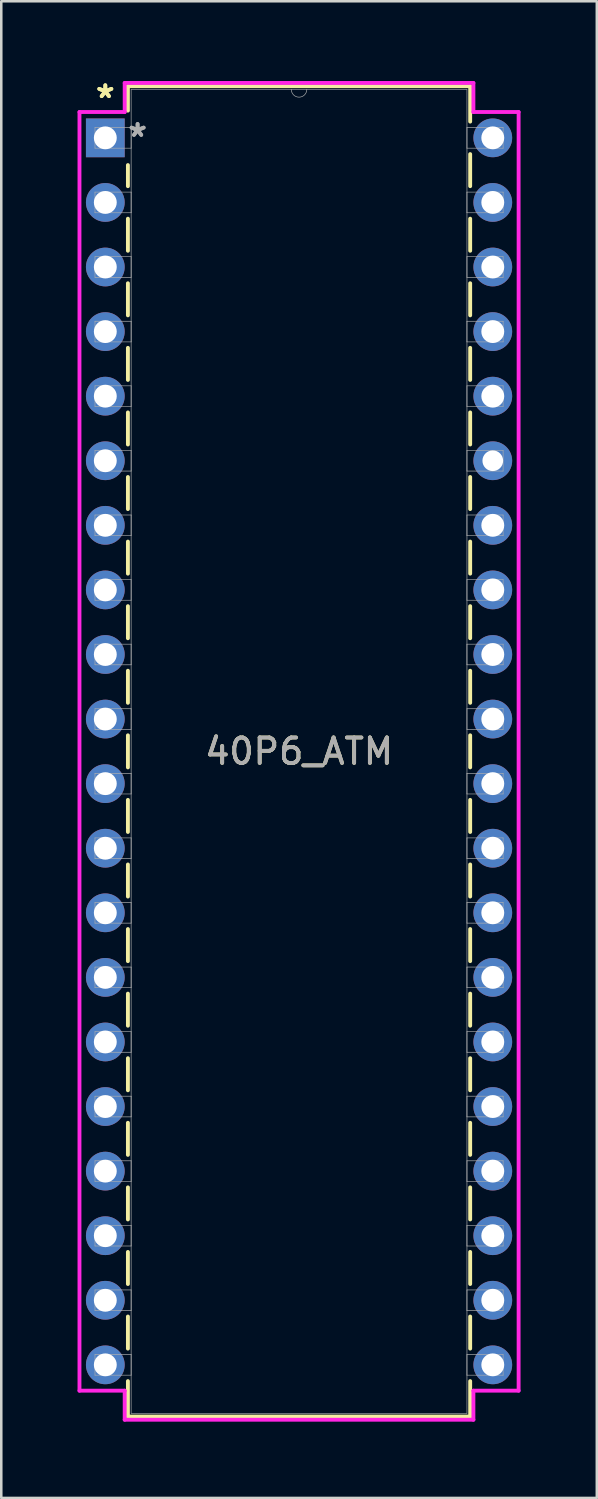
<source format=kicad_pcb>
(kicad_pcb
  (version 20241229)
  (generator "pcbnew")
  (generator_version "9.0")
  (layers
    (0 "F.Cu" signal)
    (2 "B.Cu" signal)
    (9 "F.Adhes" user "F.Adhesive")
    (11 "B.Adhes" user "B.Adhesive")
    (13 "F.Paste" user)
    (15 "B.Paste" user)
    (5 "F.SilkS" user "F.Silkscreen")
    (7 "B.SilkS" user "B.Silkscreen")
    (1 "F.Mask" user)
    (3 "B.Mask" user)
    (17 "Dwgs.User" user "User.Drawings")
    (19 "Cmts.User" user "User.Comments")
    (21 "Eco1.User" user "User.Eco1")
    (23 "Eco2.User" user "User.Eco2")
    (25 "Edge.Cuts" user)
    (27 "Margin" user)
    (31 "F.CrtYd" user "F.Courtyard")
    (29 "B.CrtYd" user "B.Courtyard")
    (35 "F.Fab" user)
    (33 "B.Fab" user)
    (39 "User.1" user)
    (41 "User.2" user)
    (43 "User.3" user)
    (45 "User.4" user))
  (footprint "40P6_ATM"
    (layer "F.Cu")
    (at 1.092 2.372)
    (property "Reference" "40P6_ATM" (at 7.62 24.13 0) (unlocked yes) (layer "F.SilkS") (effects (font (size 1 1) (thickness 0.15))))
    (attr through_hole)
    (fp_line (start 0.889 -2.032) (end 0.889 -1.07) (stroke (width 0.152) (type solid)) (layer "F.SilkS"))
    (fp_line (start 0.889 1.07) (end 0.889 1.901) (stroke (width 0.152) (type solid)) (layer "F.SilkS"))
    (fp_line (start 0.889 3.179) (end 0.889 4.441) (stroke (width 0.152) (type solid)) (layer "F.SilkS"))
    (fp_line (start 0.889 5.719) (end 0.889 6.981) (stroke (width 0.152) (type solid)) (layer "F.SilkS"))
    (fp_line (start 0.889 8.259) (end 0.889 9.521) (stroke (width 0.152) (type solid)) (layer "F.SilkS"))
    (fp_line (start 0.889 10.799) (end 0.889 12.061) (stroke (width 0.152) (type solid)) (layer "F.SilkS"))
    (fp_line (start 0.889 13.339) (end 0.889 14.601) (stroke (width 0.152) (type solid)) (layer "F.SilkS"))
    (fp_line (start 0.889 15.879) (end 0.889 17.141) (stroke (width 0.152) (type solid)) (layer "F.SilkS"))
    (fp_line (start 0.889 18.419) (end 0.889 19.681) (stroke (width 0.152) (type solid)) (layer "F.SilkS"))
    (fp_line (start 0.889 20.959) (end 0.889 22.221) (stroke (width 0.152) (type solid)) (layer "F.SilkS"))
    (fp_line (start 0.889 23.499) (end 0.889 24.761) (stroke (width 0.152) (type solid)) (layer "F.SilkS"))
    (fp_line (start 0.889 26.039) (end 0.889 27.301) (stroke (width 0.152) (type solid)) (layer "F.SilkS"))
    (fp_line (start 0.889 28.579) (end 0.889 29.841) (stroke (width 0.152) (type solid)) (layer "F.SilkS"))
    (fp_line (start 0.889 31.119) (end 0.889 32.381) (stroke (width 0.152) (type solid)) (layer "F.SilkS"))
    (fp_line (start 0.889 33.659) (end 0.889 34.921) (stroke (width 0.152) (type solid)) (layer "F.SilkS"))
    (fp_line (start 0.889 36.199) (end 0.889 37.461) (stroke (width 0.152) (type solid)) (layer "F.SilkS"))
    (fp_line (start 0.889 38.739) (end 0.889 40.001) (stroke (width 0.152) (type solid)) (layer "F.SilkS"))
    (fp_line (start 0.889 41.279) (end 0.889 42.541) (stroke (width 0.152) (type solid)) (layer "F.SilkS"))
    (fp_line (start 0.889 43.819) (end 0.889 45.081) (stroke (width 0.152) (type solid)) (layer "F.SilkS"))
    (fp_line (start 0.889 46.359) (end 0.889 47.621) (stroke (width 0.152) (type solid)) (layer "F.SilkS"))
    (fp_line (start 0.889 48.899) (end 0.889 50.292) (stroke (width 0.152) (type solid)) (layer "F.SilkS"))
    (fp_line (start 0.889 50.292) (end 14.351 50.292) (stroke (width 0.152) (type solid)) (layer "F.SilkS"))
    (fp_line (start 14.351 -2.032) (end 0.889 -2.032) (stroke (width 0.152) (type solid)) (layer "F.SilkS"))
    (fp_line (start 14.351 -0.639) (end 14.351 -2.032) (stroke (width 0.152) (type solid)) (layer "F.SilkS"))
    (fp_line (start 14.351 1.901) (end 14.351 0.639) (stroke (width 0.152) (type solid)) (layer "F.SilkS"))
    (fp_line (start 14.351 4.441) (end 14.351 3.179) (stroke (width 0.152) (type solid)) (layer "F.SilkS"))
    (fp_line (start 14.351 6.981) (end 14.351 5.719) (stroke (width 0.152) (type solid)) (layer "F.SilkS"))
    (fp_line (start 14.351 9.521) (end 14.351 8.259) (stroke (width 0.152) (type solid)) (layer "F.SilkS"))
    (fp_line (start 14.351 12.061) (end 14.351 10.799) (stroke (width 0.152) (type solid)) (layer "F.SilkS"))
    (fp_line (start 14.351 14.601) (end 14.351 13.339) (stroke (width 0.152) (type solid)) (layer "F.SilkS"))
    (fp_line (start 14.351 17.141) (end 14.351 15.879) (stroke (width 0.152) (type solid)) (layer "F.SilkS"))
    (fp_line (start 14.351 19.681) (end 14.351 18.419) (stroke (width 0.152) (type solid)) (layer "F.SilkS"))
    (fp_line (start 14.351 22.221) (end 14.351 20.959) (stroke (width 0.152) (type solid)) (layer "F.SilkS"))
    (fp_line (start 14.351 24.761) (end 14.351 23.499) (stroke (width 0.152) (type solid)) (layer "F.SilkS"))
    (fp_line (start 14.351 27.301) (end 14.351 26.039) (stroke (width 0.152) (type solid)) (layer "F.SilkS"))
    (fp_line (start 14.351 29.841) (end 14.351 28.579) (stroke (width 0.152) (type solid)) (layer "F.SilkS"))
    (fp_line (start 14.351 32.381) (end 14.351 31.119) (stroke (width 0.152) (type solid)) (layer "F.SilkS"))
    (fp_line (start 14.351 34.921) (end 14.351 33.659) (stroke (width 0.152) (type solid)) (layer "F.SilkS"))
    (fp_line (start 14.351 37.461) (end 14.351 36.199) (stroke (width 0.152) (type solid)) (layer "F.SilkS"))
    (fp_line (start 14.351 40.001) (end 14.351 38.739) (stroke (width 0.152) (type solid)) (layer "F.SilkS"))
    (fp_line (start 14.351 42.541) (end 14.351 41.279) (stroke (width 0.152) (type solid)) (layer "F.SilkS"))
    (fp_line (start 14.351 45.081) (end 14.351 43.819) (stroke (width 0.152) (type solid)) (layer "F.SilkS"))
    (fp_line (start 14.351 47.621) (end 14.351 46.359) (stroke (width 0.152) (type solid)) (layer "F.SilkS"))
    (fp_line (start 14.351 50.292) (end 14.351 48.899) (stroke (width 0.152) (type solid)) (layer "F.SilkS"))
    (fp_line (start -1.016 -1.016) (end 0.762 -1.016) (stroke (width 0.152) (type solid)) (layer "F.CrtYd"))
    (fp_line (start -1.016 49.276) (end -1.016 -1.016) (stroke (width 0.152) (type solid)) (layer "F.CrtYd"))
    (fp_line (start 0.762 -2.159) (end 14.478 -2.159) (stroke (width 0.152) (type solid)) (layer "F.CrtYd"))
    (fp_line (start 0.762 -1.016) (end 0.762 -2.159) (stroke (width 0.152) (type solid)) (layer "F.CrtYd"))
    (fp_line (start 0.762 49.276) (end -1.016 49.276) (stroke (width 0.152) (type solid)) (layer "F.CrtYd"))
    (fp_line (start 0.762 50.419) (end 0.762 49.276) (stroke (width 0.152) (type solid)) (layer "F.CrtYd"))
    (fp_line (start 14.478 -2.159) (end 14.478 -1.016) (stroke (width 0.152) (type solid)) (layer "F.CrtYd"))
    (fp_line (start 14.478 49.276) (end 14.478 50.419) (stroke (width 0.152) (type solid)) (layer "F.CrtYd"))
    (fp_line (start 14.478 50.419) (end 0.762 50.419) (stroke (width 0.152) (type solid)) (layer "F.CrtYd"))
    (fp_line (start 16.256 -1.016) (end 14.478 -1.016) (stroke (width 0.152) (type solid)) (layer "F.CrtYd"))
    (fp_line (start 16.256 -1.016) (end 16.256 49.276) (stroke (width 0.152) (type solid)) (layer "F.CrtYd"))
    (fp_line (start 16.256 49.276) (end 14.478 49.276) (stroke (width 0.152) (type solid)) (layer "F.CrtYd"))
    (fp_line (start -0.406 -0.406) (end -0.406 0.406) (stroke (width 0.025) (type solid)) (layer "F.Fab"))
    (fp_line (start -0.406 0.406) (end 1.016 0.406) (stroke (width 0.025) (type solid)) (layer "F.Fab"))
    (fp_line (start -0.406 2.134) (end -0.406 2.946) (stroke (width 0.025) (type solid)) (layer "F.Fab"))
    (fp_line (start -0.406 2.946) (end 1.016 2.946) (stroke (width 0.025) (type solid)) (layer "F.Fab"))
    (fp_line (start -0.406 4.674) (end -0.406 5.486) (stroke (width 0.025) (type solid)) (layer "F.Fab"))
    (fp_line (start -0.406 5.486) (end 1.016 5.486) (stroke (width 0.025) (type solid)) (layer "F.Fab"))
    (fp_line (start -0.406 7.214) (end -0.406 8.026) (stroke (width 0.025) (type solid)) (layer "F.Fab"))
    (fp_line (start -0.406 8.026) (end 1.016 8.026) (stroke (width 0.025) (type solid)) (layer "F.Fab"))
    (fp_line (start -0.406 9.754) (end -0.406 10.566) (stroke (width 0.025) (type solid)) (layer "F.Fab"))
    (fp_line (start -0.406 10.566) (end 1.016 10.566) (stroke (width 0.025) (type solid)) (layer "F.Fab"))
    (fp_line (start -0.406 12.294) (end -0.406 13.106) (stroke (width 0.025) (type solid)) (layer "F.Fab"))
    (fp_line (start -0.406 13.106) (end 1.016 13.106) (stroke (width 0.025) (type solid)) (layer "F.Fab"))
    (fp_line (start -0.406 14.834) (end -0.406 15.646) (stroke (width 0.025) (type solid)) (layer "F.Fab"))
    (fp_line (start -0.406 15.646) (end 1.016 15.646) (stroke (width 0.025) (type solid)) (layer "F.Fab"))
    (fp_line (start -0.406 17.374) (end -0.406 18.186) (stroke (width 0.025) (type solid)) (layer "F.Fab"))
    (fp_line (start -0.406 18.186) (end 1.016 18.186) (stroke (width 0.025) (type solid)) (layer "F.Fab"))
    (fp_line (start -0.406 19.914) (end -0.406 20.726) (stroke (width 0.025) (type solid)) (layer "F.Fab"))
    (fp_line (start -0.406 20.726) (end 1.016 20.726) (stroke (width 0.025) (type solid)) (layer "F.Fab"))
    (fp_line (start -0.406 22.454) (end -0.406 23.266) (stroke (width 0.025) (type solid)) (layer "F.Fab"))
    (fp_line (start -0.406 23.266) (end 1.016 23.266) (stroke (width 0.025) (type solid)) (layer "F.Fab"))
    (fp_line (start -0.406 24.994) (end -0.406 25.806) (stroke (width 0.025) (type solid)) (layer "F.Fab"))
    (fp_line (start -0.406 25.806) (end 1.016 25.806) (stroke (width 0.025) (type solid)) (layer "F.Fab"))
    (fp_line (start -0.406 27.534) (end -0.406 28.346) (stroke (width 0.025) (type solid)) (layer "F.Fab"))
    (fp_line (start -0.406 28.346) (end 1.016 28.346) (stroke (width 0.025) (type solid)) (layer "F.Fab"))
    (fp_line (start -0.406 30.074) (end -0.406 30.886) (stroke (width 0.025) (type solid)) (layer "F.Fab"))
    (fp_line (start -0.406 30.886) (end 1.016 30.886) (stroke (width 0.025) (type solid)) (layer "F.Fab"))
    (fp_line (start -0.406 32.614) (end -0.406 33.426) (stroke (width 0.025) (type solid)) (layer "F.Fab"))
    (fp_line (start -0.406 33.426) (end 1.016 33.426) (stroke (width 0.025) (type solid)) (layer "F.Fab"))
    (fp_line (start -0.406 35.154) (end -0.406 35.966) (stroke (width 0.025) (type solid)) (layer "F.Fab"))
    (fp_line (start -0.406 35.966) (end 1.016 35.966) (stroke (width 0.025) (type solid)) (layer "F.Fab"))
    (fp_line (start -0.406 37.694) (end -0.406 38.506) (stroke (width 0.025) (type solid)) (layer "F.Fab"))
    (fp_line (start -0.406 38.506) (end 1.016 38.506) (stroke (width 0.025) (type solid)) (layer "F.Fab"))
    (fp_line (start -0.406 40.234) (end -0.406 41.046) (stroke (width 0.025) (type solid)) (layer "F.Fab"))
    (fp_line (start -0.406 41.046) (end 1.016 41.046) (stroke (width 0.025) (type solid)) (layer "F.Fab"))
    (fp_line (start -0.406 42.774) (end -0.406 43.586) (stroke (width 0.025) (type solid)) (layer "F.Fab"))
    (fp_line (start -0.406 43.586) (end 1.016 43.586) (stroke (width 0.025) (type solid)) (layer "F.Fab"))
    (fp_line (start -0.406 45.314) (end -0.406 46.126) (stroke (width 0.025) (type solid)) (layer "F.Fab"))
    (fp_line (start -0.406 46.126) (end 1.016 46.126) (stroke (width 0.025) (type solid)) (layer "F.Fab"))
    (fp_line (start -0.406 47.854) (end -0.406 48.666) (stroke (width 0.025) (type solid)) (layer "F.Fab"))
    (fp_line (start -0.406 48.666) (end 1.016 48.666) (stroke (width 0.025) (type solid)) (layer "F.Fab"))
    (fp_line (start 1.016 -1.905) (end 1.016 50.165) (stroke (width 0.025) (type solid)) (layer "F.Fab"))
    (fp_line (start 1.016 -0.406) (end -0.406 -0.406) (stroke (width 0.025) (type solid)) (layer "F.Fab"))
    (fp_line (start 1.016 0.406) (end 1.016 -0.406) (stroke (width 0.025) (type solid)) (layer "F.Fab"))
    (fp_line (start 1.016 2.134) (end -0.406 2.134) (stroke (width 0.025) (type solid)) (layer "F.Fab"))
    (fp_line (start 1.016 2.946) (end 1.016 2.134) (stroke (width 0.025) (type solid)) (layer "F.Fab"))
    (fp_line (start 1.016 4.674) (end -0.406 4.674) (stroke (width 0.025) (type solid)) (layer "F.Fab"))
    (fp_line (start 1.016 5.486) (end 1.016 4.674) (stroke (width 0.025) (type solid)) (layer "F.Fab"))
    (fp_line (start 1.016 7.214) (end -0.406 7.214) (stroke (width 0.025) (type solid)) (layer "F.Fab"))
    (fp_line (start 1.016 8.026) (end 1.016 7.214) (stroke (width 0.025) (type solid)) (layer "F.Fab"))
    (fp_line (start 1.016 9.754) (end -0.406 9.754) (stroke (width 0.025) (type solid)) (layer "F.Fab"))
    (fp_line (start 1.016 10.566) (end 1.016 9.754) (stroke (width 0.025) (type solid)) (layer "F.Fab"))
    (fp_line (start 1.016 12.294) (end -0.406 12.294) (stroke (width 0.025) (type solid)) (layer "F.Fab"))
    (fp_line (start 1.016 13.106) (end 1.016 12.294) (stroke (width 0.025) (type solid)) (layer "F.Fab"))
    (fp_line (start 1.016 14.834) (end -0.406 14.834) (stroke (width 0.025) (type solid)) (layer "F.Fab"))
    (fp_line (start 1.016 15.646) (end 1.016 14.834) (stroke (width 0.025) (type solid)) (layer "F.Fab"))
    (fp_line (start 1.016 17.374) (end -0.406 17.374) (stroke (width 0.025) (type solid)) (layer "F.Fab"))
    (fp_line (start 1.016 18.186) (end 1.016 17.374) (stroke (width 0.025) (type solid)) (layer "F.Fab"))
    (fp_line (start 1.016 19.914) (end -0.406 19.914) (stroke (width 0.025) (type solid)) (layer "F.Fab"))
    (fp_line (start 1.016 20.726) (end 1.016 19.914) (stroke (width 0.025) (type solid)) (layer "F.Fab"))
    (fp_line (start 1.016 22.454) (end -0.406 22.454) (stroke (width 0.025) (type solid)) (layer "F.Fab"))
    (fp_line (start 1.016 23.266) (end 1.016 22.454) (stroke (width 0.025) (type solid)) (layer "F.Fab"))
    (fp_line (start 1.016 24.994) (end -0.406 24.994) (stroke (width 0.025) (type solid)) (layer "F.Fab"))
    (fp_line (start 1.016 25.806) (end 1.016 24.994) (stroke (width 0.025) (type solid)) (layer "F.Fab"))
    (fp_line (start 1.016 27.534) (end -0.406 27.534) (stroke (width 0.025) (type solid)) (layer "F.Fab"))
    (fp_line (start 1.016 28.346) (end 1.016 27.534) (stroke (width 0.025) (type solid)) (layer "F.Fab"))
    (fp_line (start 1.016 30.074) (end -0.406 30.074) (stroke (width 0.025) (type solid)) (layer "F.Fab"))
    (fp_line (start 1.016 30.886) (end 1.016 30.074) (stroke (width 0.025) (type solid)) (layer "F.Fab"))
    (fp_line (start 1.016 32.614) (end -0.406 32.614) (stroke (width 0.025) (type solid)) (layer "F.Fab"))
    (fp_line (start 1.016 33.426) (end 1.016 32.614) (stroke (width 0.025) (type solid)) (layer "F.Fab"))
    (fp_line (start 1.016 35.154) (end -0.406 35.154) (stroke (width 0.025) (type solid)) (layer "F.Fab"))
    (fp_line (start 1.016 35.966) (end 1.016 35.154) (stroke (width 0.025) (type solid)) (layer "F.Fab"))
    (fp_line (start 1.016 37.694) (end -0.406 37.694) (stroke (width 0.025) (type solid)) (layer "F.Fab"))
    (fp_line (start 1.016 38.506) (end 1.016 37.694) (stroke (width 0.025) (type solid)) (layer "F.Fab"))
    (fp_line (start 1.016 40.234) (end -0.406 40.234) (stroke (width 0.025) (type solid)) (layer "F.Fab"))
    (fp_line (start 1.016 41.046) (end 1.016 40.234) (stroke (width 0.025) (type solid)) (layer "F.Fab"))
    (fp_line (start 1.016 42.774) (end -0.406 42.774) (stroke (width 0.025) (type solid)) (layer "F.Fab"))
    (fp_line (start 1.016 43.586) (end 1.016 42.774) (stroke (width 0.025) (type solid)) (layer "F.Fab"))
    (fp_line (start 1.016 45.314) (end -0.406 45.314) (stroke (width 0.025) (type solid)) (layer "F.Fab"))
    (fp_line (start 1.016 46.126) (end 1.016 45.314) (stroke (width 0.025) (type solid)) (layer "F.Fab"))
    (fp_line (start 1.016 47.854) (end -0.406 47.854) (stroke (width 0.025) (type solid)) (layer "F.Fab"))
    (fp_line (start 1.016 48.666) (end 1.016 47.854) (stroke (width 0.025) (type solid)) (layer "F.Fab"))
    (fp_line (start 1.016 50.165) (end 14.224 50.165) (stroke (width 0.025) (type solid)) (layer "F.Fab"))
    (fp_line (start 14.224 -1.905) (end 1.016 -1.905) (stroke (width 0.025) (type solid)) (layer "F.Fab"))
    (fp_line (start 14.224 -0.406) (end 14.224 0.406) (stroke (width 0.025) (type solid)) (layer "F.Fab"))
    (fp_line (start 14.224 0.406) (end 15.646 0.406) (stroke (width 0.025) (type solid)) (layer "F.Fab"))
    (fp_line (start 14.224 2.134) (end 14.224 2.946) (stroke (width 0.025) (type solid)) (layer "F.Fab"))
    (fp_line (start 14.224 2.946) (end 15.646 2.946) (stroke (width 0.025) (type solid)) (layer "F.Fab"))
    (fp_line (start 14.224 4.674) (end 14.224 5.486) (stroke (width 0.025) (type solid)) (layer "F.Fab"))
    (fp_line (start 14.224 5.486) (end 15.646 5.486) (stroke (width 0.025) (type solid)) (layer "F.Fab"))
    (fp_line (start 14.224 7.214) (end 14.224 8.026) (stroke (width 0.025) (type solid)) (layer "F.Fab"))
    (fp_line (start 14.224 8.026) (end 15.646 8.026) (stroke (width 0.025) (type solid)) (layer "F.Fab"))
    (fp_line (start 14.224 9.754) (end 14.224 10.566) (stroke (width 0.025) (type solid)) (layer "F.Fab"))
    (fp_line (start 14.224 10.566) (end 15.646 10.566) (stroke (width 0.025) (type solid)) (layer "F.Fab"))
    (fp_line (start 14.224 12.294) (end 14.224 13.106) (stroke (width 0.025) (type solid)) (layer "F.Fab"))
    (fp_line (start 14.224 13.106) (end 15.646 13.106) (stroke (width 0.025) (type solid)) (layer "F.Fab"))
    (fp_line (start 14.224 14.834) (end 14.224 15.646) (stroke (width 0.025) (type solid)) (layer "F.Fab"))
    (fp_line (start 14.224 15.646) (end 15.646 15.646) (stroke (width 0.025) (type solid)) (layer "F.Fab"))
    (fp_line (start 14.224 17.374) (end 14.224 18.186) (stroke (width 0.025) (type solid)) (layer "F.Fab"))
    (fp_line (start 14.224 18.186) (end 15.646 18.186) (stroke (width 0.025) (type solid)) (layer "F.Fab"))
    (fp_line (start 14.224 19.914) (end 14.224 20.726) (stroke (width 0.025) (type solid)) (layer "F.Fab"))
    (fp_line (start 14.224 20.726) (end 15.646 20.726) (stroke (width 0.025) (type solid)) (layer "F.Fab"))
    (fp_line (start 14.224 22.454) (end 14.224 23.266) (stroke (width 0.025) (type solid)) (layer "F.Fab"))
    (fp_line (start 14.224 23.266) (end 15.646 23.266) (stroke (width 0.025) (type solid)) (layer "F.Fab"))
    (fp_line (start 14.224 24.994) (end 14.224 25.806) (stroke (width 0.025) (type solid)) (layer "F.Fab"))
    (fp_line (start 14.224 25.806) (end 15.646 25.806) (stroke (width 0.025) (type solid)) (layer "F.Fab"))
    (fp_line (start 14.224 27.534) (end 14.224 28.346) (stroke (width 0.025) (type solid)) (layer "F.Fab"))
    (fp_line (start 14.224 28.346) (end 15.646 28.346) (stroke (width 0.025) (type solid)) (layer "F.Fab"))
    (fp_line (start 14.224 30.074) (end 14.224 30.886) (stroke (width 0.025) (type solid)) (layer "F.Fab"))
    (fp_line (start 14.224 30.886) (end 15.646 30.886) (stroke (width 0.025) (type solid)) (layer "F.Fab"))
    (fp_line (start 14.224 32.614) (end 14.224 33.426) (stroke (width 0.025) (type solid)) (layer "F.Fab"))
    (fp_line (start 14.224 33.426) (end 15.646 33.426) (stroke (width 0.025) (type solid)) (layer "F.Fab"))
    (fp_line (start 14.224 35.154) (end 14.224 35.966) (stroke (width 0.025) (type solid)) (layer "F.Fab"))
    (fp_line (start 14.224 35.966) (end 15.646 35.966) (stroke (width 0.025) (type solid)) (layer "F.Fab"))
    (fp_line (start 14.224 37.694) (end 14.224 38.506) (stroke (width 0.025) (type solid)) (layer "F.Fab"))
    (fp_line (start 14.224 38.506) (end 15.646 38.506) (stroke (width 0.025) (type solid)) (layer "F.Fab"))
    (fp_line (start 14.224 40.234) (end 14.224 41.046) (stroke (width 0.025) (type solid)) (layer "F.Fab"))
    (fp_line (start 14.224 41.046) (end 15.646 41.046) (stroke (width 0.025) (type solid)) (layer "F.Fab"))
    (fp_line (start 14.224 42.774) (end 14.224 43.586) (stroke (width 0.025) (type solid)) (layer "F.Fab"))
    (fp_line (start 14.224 43.586) (end 15.646 43.586) (stroke (width 0.025) (type solid)) (layer "F.Fab"))
    (fp_line (start 14.224 45.314) (end 14.224 46.126) (stroke (width 0.025) (type solid)) (layer "F.Fab"))
    (fp_line (start 14.224 46.126) (end 15.646 46.126) (stroke (width 0.025) (type solid)) (layer "F.Fab"))
    (fp_line (start 14.224 47.854) (end 14.224 48.666) (stroke (width 0.025) (type solid)) (layer "F.Fab"))
    (fp_line (start 14.224 48.666) (end 15.646 48.666) (stroke (width 0.025) (type solid)) (layer "F.Fab"))
    (fp_line (start 14.224 50.165) (end 14.224 -1.905) (stroke (width 0.025) (type solid)) (layer "F.Fab"))
    (fp_line (start 15.646 -0.406) (end 14.224 -0.406) (stroke (width 0.025) (type solid)) (layer "F.Fab"))
    (fp_line (start 15.646 0.406) (end 15.646 -0.406) (stroke (width 0.025) (type solid)) (layer "F.Fab"))
    (fp_line (start 15.646 2.134) (end 14.224 2.134) (stroke (width 0.025) (type solid)) (layer "F.Fab"))
    (fp_line (start 15.646 2.946) (end 15.646 2.134) (stroke (width 0.025) (type solid)) (layer "F.Fab"))
    (fp_line (start 15.646 4.674) (end 14.224 4.674) (stroke (width 0.025) (type solid)) (layer "F.Fab"))
    (fp_line (start 15.646 5.486) (end 15.646 4.674) (stroke (width 0.025) (type solid)) (layer "F.Fab"))
    (fp_line (start 15.646 7.214) (end 14.224 7.214) (stroke (width 0.025) (type solid)) (layer "F.Fab"))
    (fp_line (start 15.646 8.026) (end 15.646 7.214) (stroke (width 0.025) (type solid)) (layer "F.Fab"))
    (fp_line (start 15.646 9.754) (end 14.224 9.754) (stroke (width 0.025) (type solid)) (layer "F.Fab"))
    (fp_line (start 15.646 10.566) (end 15.646 9.754) (stroke (width 0.025) (type solid)) (layer "F.Fab"))
    (fp_line (start 15.646 12.294) (end 14.224 12.294) (stroke (width 0.025) (type solid)) (layer "F.Fab"))
    (fp_line (start 15.646 13.106) (end 15.646 12.294) (stroke (width 0.025) (type solid)) (layer "F.Fab"))
    (fp_line (start 15.646 14.834) (end 14.224 14.834) (stroke (width 0.025) (type solid)) (layer "F.Fab"))
    (fp_line (start 15.646 15.646) (end 15.646 14.834) (stroke (width 0.025) (type solid)) (layer "F.Fab"))
    (fp_line (start 15.646 17.374) (end 14.224 17.374) (stroke (width 0.025) (type solid)) (layer "F.Fab"))
    (fp_line (start 15.646 18.186) (end 15.646 17.374) (stroke (width 0.025) (type solid)) (layer "F.Fab"))
    (fp_line (start 15.646 19.914) (end 14.224 19.914) (stroke (width 0.025) (type solid)) (layer "F.Fab"))
    (fp_line (start 15.646 20.726) (end 15.646 19.914) (stroke (width 0.025) (type solid)) (layer "F.Fab"))
    (fp_line (start 15.646 22.454) (end 14.224 22.454) (stroke (width 0.025) (type solid)) (layer "F.Fab"))
    (fp_line (start 15.646 23.266) (end 15.646 22.454) (stroke (width 0.025) (type solid)) (layer "F.Fab"))
    (fp_line (start 15.646 24.994) (end 14.224 24.994) (stroke (width 0.025) (type solid)) (layer "F.Fab"))
    (fp_line (start 15.646 25.806) (end 15.646 24.994) (stroke (width 0.025) (type solid)) (layer "F.Fab"))
    (fp_line (start 15.646 27.534) (end 14.224 27.534) (stroke (width 0.025) (type solid)) (layer "F.Fab"))
    (fp_line (start 15.646 28.346) (end 15.646 27.534) (stroke (width 0.025) (type solid)) (layer "F.Fab"))
    (fp_line (start 15.646 30.074) (end 14.224 30.074) (stroke (width 0.025) (type solid)) (layer "F.Fab"))
    (fp_line (start 15.646 30.886) (end 15.646 30.074) (stroke (width 0.025) (type solid)) (layer "F.Fab"))
    (fp_line (start 15.646 32.614) (end 14.224 32.614) (stroke (width 0.025) (type solid)) (layer "F.Fab"))
    (fp_line (start 15.646 33.426) (end 15.646 32.614) (stroke (width 0.025) (type solid)) (layer "F.Fab"))
    (fp_line (start 15.646 35.154) (end 14.224 35.154) (stroke (width 0.025) (type solid)) (layer "F.Fab"))
    (fp_line (start 15.646 35.966) (end 15.646 35.154) (stroke (width 0.025) (type solid)) (layer "F.Fab"))
    (fp_line (start 15.646 37.694) (end 14.224 37.694) (stroke (width 0.025) (type solid)) (layer "F.Fab"))
    (fp_line (start 15.646 38.506) (end 15.646 37.694) (stroke (width 0.025) (type solid)) (layer "F.Fab"))
    (fp_line (start 15.646 40.234) (end 14.224 40.234) (stroke (width 0.025) (type solid)) (layer "F.Fab"))
    (fp_line (start 15.646 41.046) (end 15.646 40.234) (stroke (width 0.025) (type solid)) (layer "F.Fab"))
    (fp_line (start 15.646 42.774) (end 14.224 42.774) (stroke (width 0.025) (type solid)) (layer "F.Fab"))
    (fp_line (start 15.646 43.586) (end 15.646 42.774) (stroke (width 0.025) (type solid)) (layer "F.Fab"))
    (fp_line (start 15.646 45.314) (end 14.224 45.314) (stroke (width 0.025) (type solid)) (layer "F.Fab"))
    (fp_line (start 15.646 46.126) (end 15.646 45.314) (stroke (width 0.025) (type solid)) (layer "F.Fab"))
    (fp_line (start 15.646 47.854) (end 14.224 47.854) (stroke (width 0.025) (type solid)) (layer "F.Fab"))
    (fp_line (start 15.646 48.666) (end 15.646 47.854) (stroke (width 0.025) (type solid)) (layer "F.Fab"))
    (fp_arc (start 7.9248 -1.905) (mid 7.62 -1.6002) (end 7.3152 -1.905) (stroke (width 0.0254) (type solid)) (layer "F.Fab"))
    (fp_text user "*" (at 0 -1.524 0) (unlocked yes) (layer "F.SilkS") (effects (font (size 1 1) (thickness 0.15))))
    (fp_text user "*" (at 0 -1.524 0) (layer "F.SilkS") (effects (font (size 1 1) (thickness 0.15))))
    (fp_text user "*" (at 1.27 0 0) (layer "F.Fab") (effects (font (size 1 1) (thickness 0.15))))
    (fp_text user "*" (at 1.27 0 0) (unlocked yes) (layer "F.Fab") (effects (font (size 1 1) (thickness 0.15))))
    (fp_text user "${REFERENCE}" (at 7.62 24.13 0) (unlocked yes) (layer "F.Fab") (effects (font (size 1 1) (thickness 0.15))))
    (pad "1" thru_hole rect (at 0 0) (size 1.524 1.524) (drill 0.9) (layers "*.Cu" "*.Mask"))
    (pad "2" thru_hole circle (at 0 2.54) (size 1.524 1.524) (drill 0.9) (layers "*.Cu" "*.Mask"))
    (pad "3" thru_hole circle (at 0 5.08) (size 1.524 1.524) (drill 0.9) (layers "*.Cu" "*.Mask"))
    (pad "4" thru_hole circle (at 0 7.62) (size 1.524 1.524) (drill 0.9) (layers "*.Cu" "*.Mask"))
    (pad "5" thru_hole circle (at 0 10.16) (size 1.524 1.524) (drill 0.9) (layers "*.Cu" "*.Mask"))
    (pad "6" thru_hole circle (at 0 12.7) (size 1.524 1.524) (drill 0.9) (layers "*.Cu" "*.Mask"))
    (pad "7" thru_hole circle (at 0 15.24) (size 1.524 1.524) (drill 0.9) (layers "*.Cu" "*.Mask"))
    (pad "8" thru_hole circle (at 0 17.78) (size 1.524 1.524) (drill 0.9) (layers "*.Cu" "*.Mask"))
    (pad "9" thru_hole circle (at 0 20.32) (size 1.524 1.524) (drill 0.9) (layers "*.Cu" "*.Mask"))
    (pad "10" thru_hole circle (at 0 22.86) (size 1.524 1.524) (drill 0.9) (layers "*.Cu" "*.Mask"))
    (pad "11" thru_hole circle (at 0 25.4) (size 1.524 1.524) (drill 0.9) (layers "*.Cu" "*.Mask"))
    (pad "12" thru_hole circle (at 0 27.94) (size 1.524 1.524) (drill 0.9) (layers "*.Cu" "*.Mask"))
    (pad "13" thru_hole circle (at 0 30.48) (size 1.524 1.524) (drill 0.9) (layers "*.Cu" "*.Mask"))
    (pad "14" thru_hole circle (at 0 33.02) (size 1.524 1.524) (drill 0.9) (layers "*.Cu" "*.Mask"))
    (pad "15" thru_hole circle (at 0 35.56) (size 1.524 1.524) (drill 0.9) (layers "*.Cu" "*.Mask"))
    (pad "16" thru_hole circle (at 0 38.1) (size 1.524 1.524) (drill 0.9) (layers "*.Cu" "*.Mask"))
    (pad "17" thru_hole circle (at 0 40.64) (size 1.524 1.524) (drill 0.9) (layers "*.Cu" "*.Mask"))
    (pad "18" thru_hole circle (at 0 43.18) (size 1.524 1.524) (drill 0.9) (layers "*.Cu" "*.Mask"))
    (pad "19" thru_hole circle (at 0 45.72) (size 1.524 1.524) (drill 0.9) (layers "*.Cu" "*.Mask"))
    (pad "20" thru_hole circle (at 0 48.26) (size 1.524 1.524) (drill 0.9) (layers "*.Cu" "*.Mask"))
    (pad "21" thru_hole circle (at 15.24 48.26) (size 1.524 1.524) (drill 0.9) (layers "*.Cu" "*.Mask"))
    (pad "22" thru_hole circle (at 15.24 45.72) (size 1.524 1.524) (drill 0.9) (layers "*.Cu" "*.Mask"))
    (pad "23" thru_hole circle (at 15.24 43.18) (size 1.524 1.524) (drill 0.9) (layers "*.Cu" "*.Mask"))
    (pad "24" thru_hole circle (at 15.24 40.64) (size 1.524 1.524) (drill 0.9) (layers "*.Cu" "*.Mask"))
    (pad "25" thru_hole circle (at 15.24 38.1) (size 1.524 1.524) (drill 0.9) (layers "*.Cu" "*.Mask"))
    (pad "26" thru_hole circle (at 15.24 35.56) (size 1.524 1.524) (drill 0.9) (layers "*.Cu" "*.Mask"))
    (pad "27" thru_hole circle (at 15.24 33.02) (size 1.524 1.524) (drill 0.9) (layers "*.Cu" "*.Mask"))
    (pad "28" thru_hole circle (at 15.24 30.48) (size 1.524 1.524) (drill 0.9) (layers "*.Cu" "*.Mask"))
    (pad "29" thru_hole circle (at 15.24 27.94) (size 1.524 1.524) (drill 0.9) (layers "*.Cu" "*.Mask"))
    (pad "30" thru_hole circle (at 15.24 25.4) (size 1.524 1.524) (drill 0.9) (layers "*.Cu" "*.Mask"))
    (pad "31" thru_hole circle (at 15.24 22.86) (size 1.524 1.524) (drill 0.9) (layers "*.Cu" "*.Mask"))
    (pad "32" thru_hole circle (at 15.24 20.32) (size 1.524 1.524) (drill 0.9) (layers "*.Cu" "*.Mask"))
    (pad "33" thru_hole circle (at 15.24 17.78) (size 1.524 1.524) (drill 0.9) (layers "*.Cu" "*.Mask"))
    (pad "34" thru_hole circle (at 15.24 15.24) (size 1.524 1.524) (drill 0.9) (layers "*.Cu" "*.Mask"))
    (pad "35" thru_hole circle (at 15.24 12.7) (size 1.524 1.524) (drill 0.813) (layers "*.Cu" "*.Mask"))
    (pad "36" thru_hole circle (at 15.24 10.16) (size 1.524 1.524) (drill 0.9) (layers "*.Cu" "*.Mask"))
    (pad "37" thru_hole circle (at 15.24 7.62) (size 1.524 1.524) (drill 0.9) (layers "*.Cu" "*.Mask"))
    (pad "38" thru_hole circle (at 15.24 5.08) (size 1.524 1.524) (drill 0.9) (layers "*.Cu" "*.Mask"))
    (pad "39" thru_hole circle (at 15.24 2.54) (size 1.524 1.524) (drill 0.9) (layers "*.Cu" "*.Mask"))
    (pad "40" thru_hole circle (at 15.24 0) (size 1.524 1.524) (drill 0.9) (layers "*.Cu" "*.Mask")))
  (gr_rect
    (start -3 -3)
    (end 20.424 55.867)
    (stroke (width 0.1) (type default))
    (fill no)
    (layer "Edge.Cuts")))
</source>
